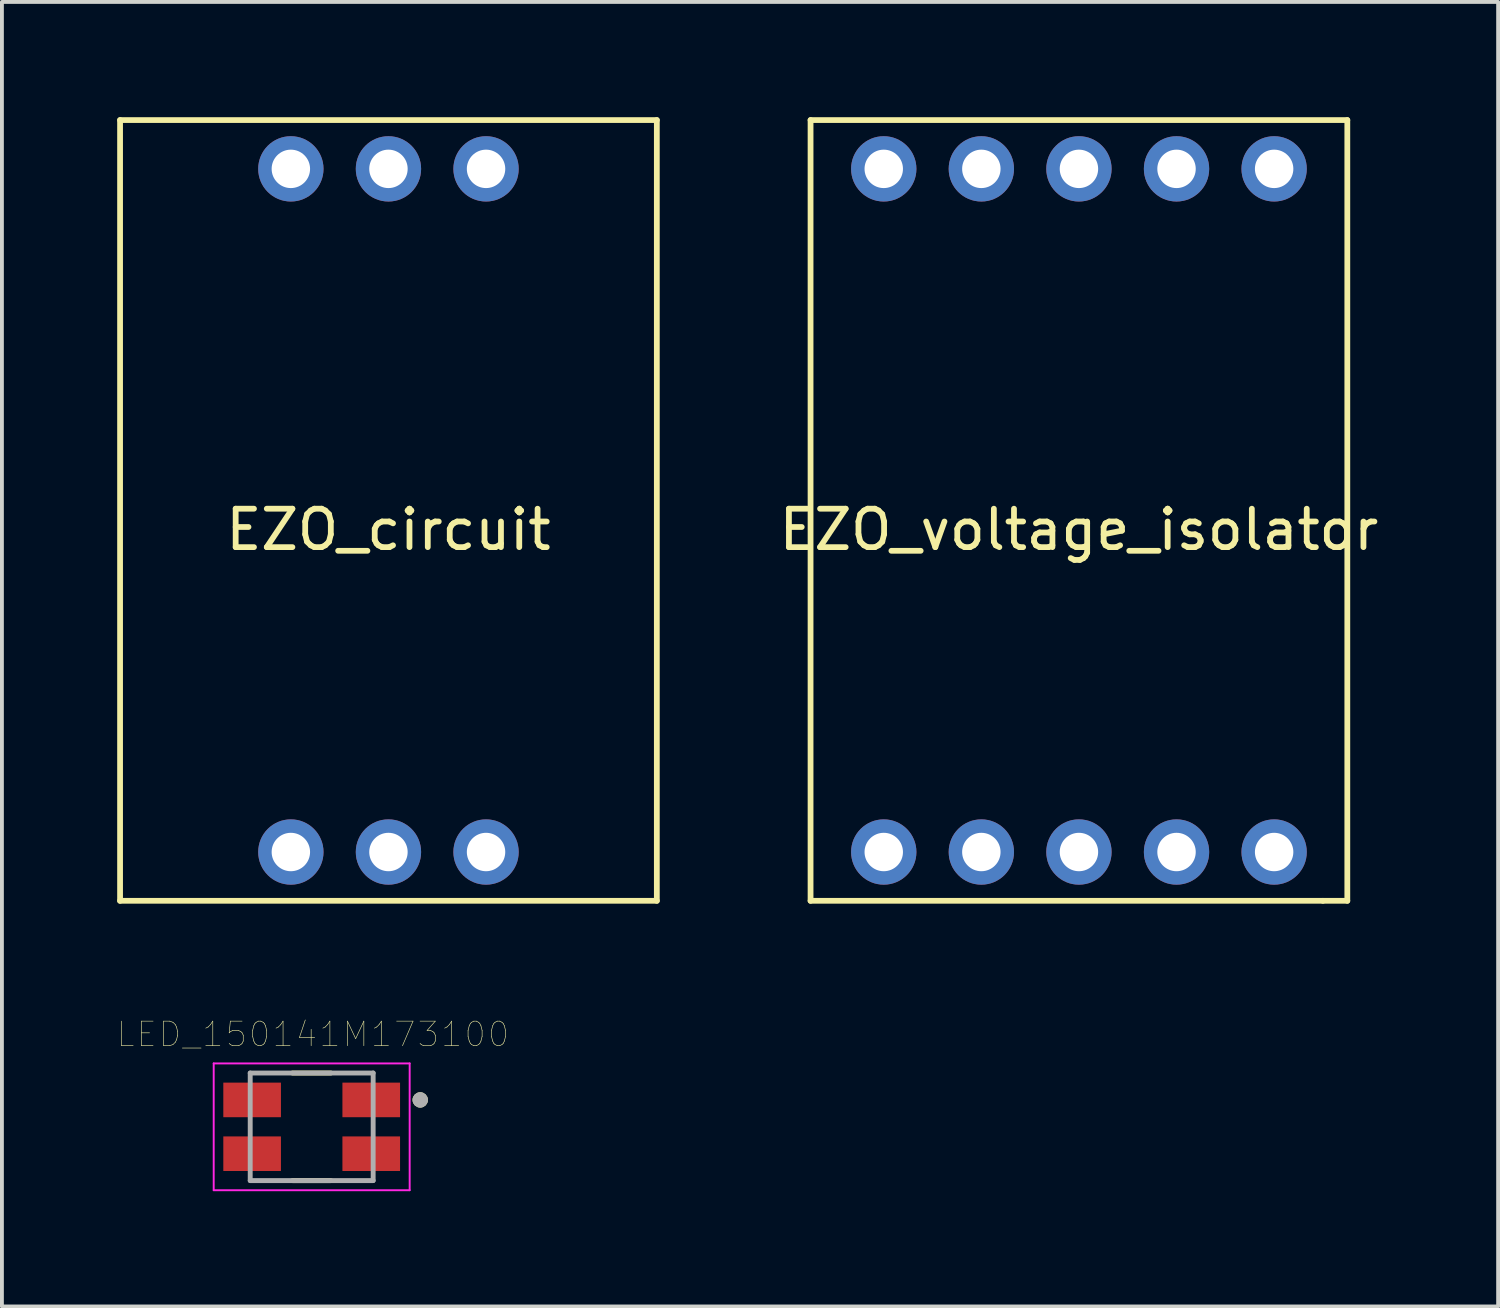
<source format=kicad_pcb>
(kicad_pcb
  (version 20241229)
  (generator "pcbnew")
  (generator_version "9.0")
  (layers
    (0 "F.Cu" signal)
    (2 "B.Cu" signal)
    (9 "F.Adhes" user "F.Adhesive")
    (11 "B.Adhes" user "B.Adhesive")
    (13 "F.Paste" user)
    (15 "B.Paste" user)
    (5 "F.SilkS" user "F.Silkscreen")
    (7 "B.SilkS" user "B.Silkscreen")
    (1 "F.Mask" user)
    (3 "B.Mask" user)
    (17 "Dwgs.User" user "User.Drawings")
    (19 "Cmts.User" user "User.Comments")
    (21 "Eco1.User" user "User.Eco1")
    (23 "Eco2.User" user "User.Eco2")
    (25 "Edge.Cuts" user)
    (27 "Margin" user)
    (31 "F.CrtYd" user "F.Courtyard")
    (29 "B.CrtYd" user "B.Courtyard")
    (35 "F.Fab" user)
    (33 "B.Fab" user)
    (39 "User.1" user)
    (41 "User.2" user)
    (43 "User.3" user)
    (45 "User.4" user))
  (footprint "EZO_voltage_isolator"
    (layer "F.Cu")
    (at 25.031 10.235)
    (property "Reference" "EZO_voltage_isolator" (at 0 0.5 0) (layer "F.SilkS") (effects (font (size 1 1) (thickness 0.15))))
    (attr through_hole)
    (fp_line (start -6.985 -10.16) (end 6.985 -10.16) (stroke (width 0.15) (type solid)) (layer "F.SilkS"))
    (fp_line (start -6.985 10.16) (end -6.985 -10.16) (stroke (width 0.15) (type solid)) (layer "F.SilkS"))
    (fp_line (start 6.35 10.16) (end -6.985 10.16) (stroke (width 0.15) (type solid)) (layer "F.SilkS"))
    (fp_line (start 6.985 -10.16) (end 6.985 10.16) (stroke (width 0.15) (type solid)) (layer "F.SilkS"))
    (fp_line (start 6.985 10.16) (end 6.35 10.16) (stroke (width 0.15) (type solid)) (layer "F.SilkS"))
    (pad "1" thru_hole circle (at 5.08 -8.89) (size 1.7 1.7) (drill 1) (layers "*.Cu" "*.Mask"))
    (pad "2" thru_hole circle (at 2.54 -8.89) (size 1.7 1.7) (drill 1) (layers "*.Cu" "*.Mask"))
    (pad "3" thru_hole circle (at 0 -8.89) (size 1.7 1.7) (drill 1) (layers "*.Cu" "*.Mask"))
    (pad "4" thru_hole circle (at -2.54 -8.89) (size 1.7 1.7) (drill 1) (layers "*.Cu" "*.Mask"))
    (pad "5" thru_hole circle (at -5.08 -8.89) (size 1.7 1.7) (drill 1) (layers "*.Cu" "*.Mask"))
    (pad "6" thru_hole circle (at 5.08 8.89) (size 1.7 1.7) (drill 1) (layers "*.Cu" "*.Mask"))
    (pad "7" thru_hole circle (at 2.54 8.89) (size 1.7 1.7) (drill 1) (layers "*.Cu" "*.Mask"))
    (pad "8" thru_hole circle (at 0 8.89) (size 1.7 1.7) (drill 1) (layers "*.Cu" "*.Mask"))
    (pad "9" thru_hole circle (at -2.54 8.89) (size 1.7 1.7) (drill 1) (layers "*.Cu" "*.Mask"))
    (pad "10" thru_hole circle (at -5.08 8.89) (size 1.7 1.7) (drill 1) (layers "*.Cu" "*.Mask")))
  (footprint "LED_150141M173100"
    (layer "F.Cu")
    (at 5.062 26.277)
    (property "Reference" "LED_150141M173100" (at 0.032 -2.406 0) (layer "F.SilkS") (effects (font (size 0.64 0.64) (thickness 0.015))))
    (attr through_hole)
    (fp_line (start -0.5 -1.4) (end 0.5 -1.4) (stroke (width 0.127) (type solid)) (layer "F.SilkS"))
    (fp_line (start 0.5 1.4) (end -0.5 1.4) (stroke (width 0.127) (type solid)) (layer "F.SilkS"))
    (fp_circle (center 2.825 -0.7) (end 2.925 -0.7) (stroke (width 0.2) (type solid)) (fill no) (layer "F.SilkS"))
    (fp_line (start -2.55 -1.65) (end -2.55 1.65) (stroke (width 0.05) (type solid)) (layer "F.CrtYd"))
    (fp_line (start -2.55 1.65) (end 2.55 1.65) (stroke (width 0.05) (type solid)) (layer "F.CrtYd"))
    (fp_line (start 2.55 -1.65) (end -2.55 -1.65) (stroke (width 0.05) (type solid)) (layer "F.CrtYd"))
    (fp_line (start 2.55 1.65) (end 2.55 -1.65) (stroke (width 0.05) (type solid)) (layer "F.CrtYd"))
    (fp_line (start -1.6 -1.4) (end 1.6 -1.4) (stroke (width 0.127) (type solid)) (layer "F.Fab"))
    (fp_line (start -1.6 1.4) (end -1.6 -1.4) (stroke (width 0.127) (type solid)) (layer "F.Fab"))
    (fp_line (start 1.6 -1.4) (end 1.6 1.4) (stroke (width 0.127) (type solid)) (layer "F.Fab"))
    (fp_line (start 1.6 1.4) (end -1.6 1.4) (stroke (width 0.127) (type solid)) (layer "F.Fab"))
    (fp_circle (center 2.825 -0.7) (end 2.925 -0.7) (stroke (width 0.2) (type solid)) (fill no) (layer "F.Fab"))
    (pad "1" smd rect (at 1.55 -0.7) (size 1.5 0.9) (layers "F.Cu" "F.Mask" "F.Paste"))
    (pad "2" smd rect (at 1.55 0.7) (size 1.5 0.9) (layers "F.Cu" "F.Mask" "F.Paste"))
    (pad "3" smd rect (at -1.55 -0.7) (size 1.5 0.9) (layers "F.Cu" "F.Mask" "F.Paste"))
    (pad "4" smd rect (at -1.55 0.7) (size 1.5 0.9) (layers "F.Cu" "F.Mask" "F.Paste")))
  (footprint "EZO_circuit"
    (layer "F.Cu")
    (at 7.06 10.235)
    (property "Reference" "EZO_circuit" (at 0 0.5 0) (layer "F.SilkS") (effects (font (size 1 1) (thickness 0.15))))
    (attr through_hole)
    (fp_line (start -6.985 10.16) (end -6.985 -10.16) (stroke (width 0.15) (type solid)) (layer "F.SilkS"))
    (fp_line (start 6.985 -10.16) (end -6.985 -10.16) (stroke (width 0.15) (type solid)) (layer "F.SilkS"))
    (fp_line (start 6.985 10.16) (end -6.985 10.16) (stroke (width 0.15) (type solid)) (layer "F.SilkS"))
    (fp_line (start 6.985 10.16) (end 6.985 -10.16) (stroke (width 0.15) (type solid)) (layer "F.SilkS"))
    (pad "1" thru_hole circle (at 2.54 -8.89) (size 1.7 1.7) (drill 1) (layers "*.Cu" "*.Mask"))
    (pad "2" thru_hole circle (at 0 -8.89) (size 1.7 1.7) (drill 1) (layers "*.Cu" "*.Mask"))
    (pad "3" thru_hole circle (at -2.54 -8.89) (size 1.7 1.7) (drill 1) (layers "*.Cu" "*.Mask"))
    (pad "4" thru_hole circle (at 2.54 8.89) (size 1.7 1.7) (drill 1) (layers "*.Cu" "*.Mask"))
    (pad "5" thru_hole circle (at 0 8.89) (size 1.7 1.7) (drill 1) (layers "*.Cu" "*.Mask"))
    (pad "6" thru_hole circle (at -2.54 8.89) (size 1.7 1.7) (drill 1) (layers "*.Cu" "*.Mask")))
  (gr_rect
    (start -3 -3)
    (end 35.941 30.952)
    (stroke (width 0.1) (type default))
    (fill no)
    (layer "Edge.Cuts")))
</source>
